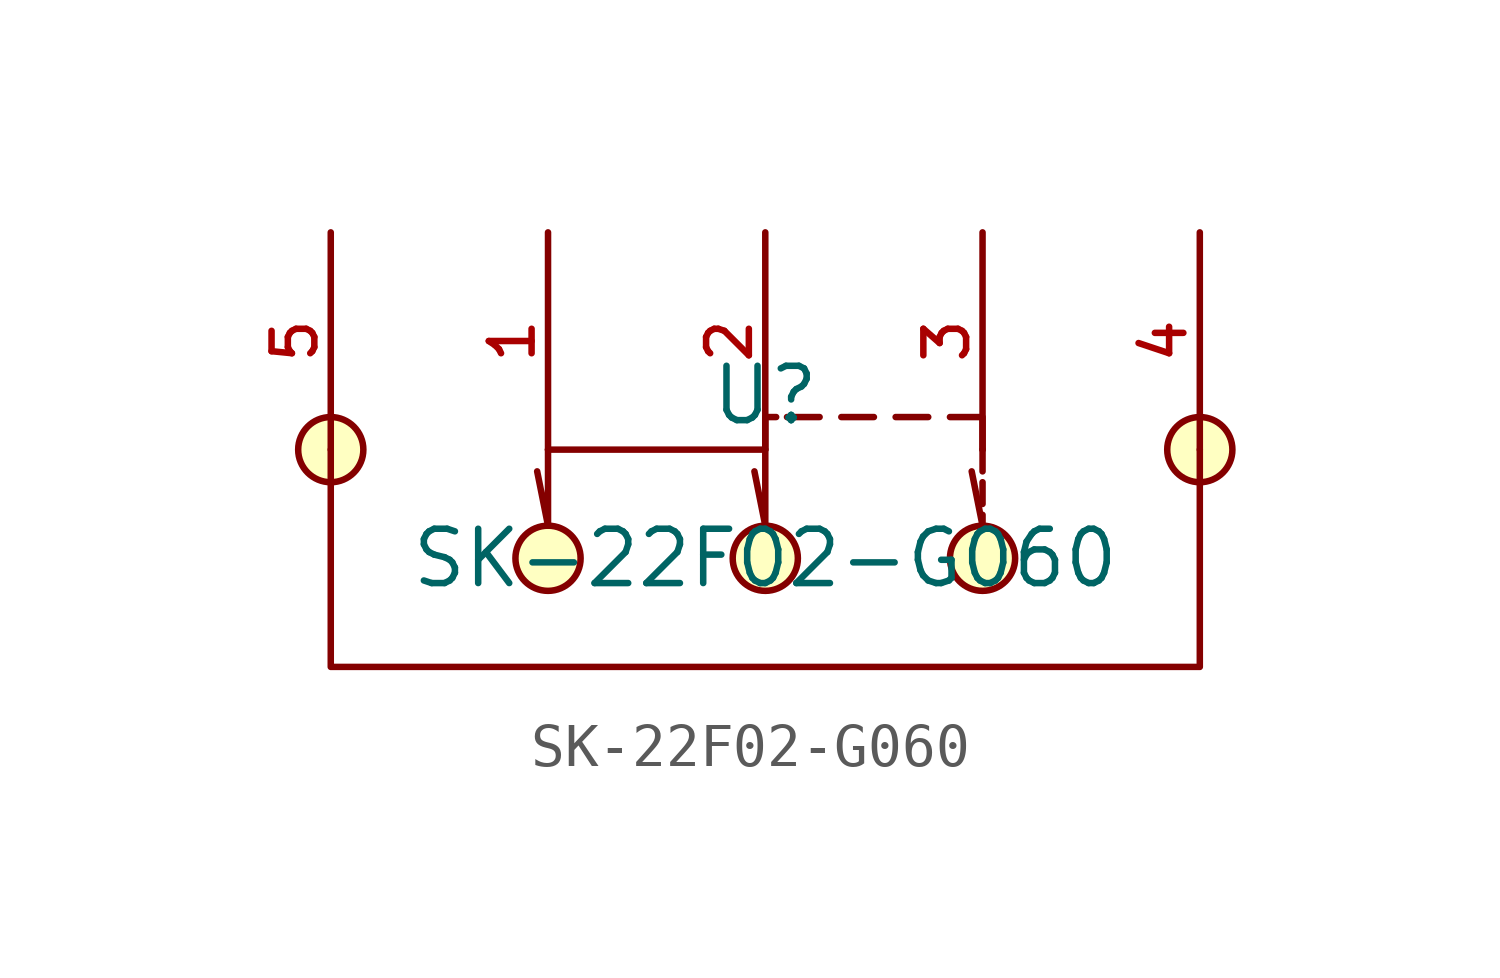
<source format=kicad_sym>
(kicad_symbol_lib
  (version 20210201)
  (generator TousstNicolas/JLC2KiCad_lib)
  (symbol "SK-22F02-G060"
    (pin_names hide)
    (property "Reference" "U"
      (at 0 1.27 0)
      (effects (font (size 1.27 1.27))))
    (property "Value" "SK-22F02-G060"
      (at 0 -2.54 0)
      (effects (font (size 1.27 1.27))))
    (symbol "SK-22F02-G060_0_1"
      (polyline (pts (xy -10.16 -0.0) (xy -10.16 -5.08) (xy 10.16 -5.08) (xy 10.16 -0.0)) (stroke (width 0) (type default) (color 0 0 0 0)) (fill (type none)))
      (circle (center 10.16 -0.0) (radius 0.762) (stroke (width 0) (type default) (color 0 0 0 0)) (fill (type background)))
      (circle (center -10.16 -0.0) (radius 0.762) (stroke (width 0) (type default) (color 0 0 0 0)) (fill (type background)))
      (pin unspecified line (at -10.16 5.08 270) (length 5.08) (name "5" (effects (font (size 1 1)))) (number "5" (effects (font (size 1 1)))))
      (pin unspecified line (at 10.16 5.08 270) (length 5.08) (name "4" (effects (font (size 1 1)))) (number "4" (effects (font (size 1 1)))))
      (polyline (pts (xy 0.254 0.762) (xy 0.0 0.762) (xy 0.0 -0.0)) (stroke (width 0) (type default) (color 0 0 0 0)) (fill (type none)))
      (polyline (pts (xy 1.27 0.762) (xy 0.508 0.762)) (stroke (width 0) (type default) (color 0 0 0 0)) (fill (type none)))
      (polyline (pts (xy 2.54 0.762) (xy 1.778 0.762)) (stroke (width 0) (type default) (color 0 0 0 0)) (fill (type none)))
      (polyline (pts (xy 3.81 0.762) (xy 3.048 0.762)) (stroke (width 0) (type default) (color 0 0 0 0)) (fill (type none)))
      (polyline (pts (xy 5.08 -0.0) (xy 5.08 0.762) (xy 4.318 0.762)) (stroke (width 0) (type default) (color 0 0 0 0)) (fill (type none)))
      (polyline (pts (xy 5.08 -1.524) (xy 5.08 -1.778) (xy 4.826 -0.508)) (stroke (width 0) (type default) (color 0 0 0 0)) (fill (type none)))
      (polyline (pts (xy 5.08 -0.762) (xy 5.08 -1.27)) (stroke (width 0) (type default) (color 0 0 0 0)) (fill (type none)))
      (polyline (pts (xy 5.08 -0.0) (xy 5.08 -0.508)) (stroke (width 0) (type default) (color 0 0 0 0)) (fill (type none)))
      (polyline (pts (xy -5.08 -0.0) (xy 0.0 -0.0) (xy 0.0 -1.778) (xy -0.254 -0.508)) (stroke (width 0) (type default) (color 0 0 0 0)) (fill (type none)))
      (polyline (pts (xy -5.08 -0.0) (xy -5.08 -1.778) (xy -5.334 -0.508)) (stroke (width 0) (type default) (color 0 0 0 0)) (fill (type none)))
      (pin unspecified line (at 5.08 5.08 270) (length 5.08) (name "3" (effects (font (size 1 1)))) (number "3" (effects (font (size 1 1)))))
      (pin unspecified line (at 0.0 5.08 270) (length 5.08) (name "2" (effects (font (size 1 1)))) (number "2" (effects (font (size 1 1)))))
      (pin unspecified line (at -5.08 5.08 270) (length 5.08) (name "1" (effects (font (size 1 1)))) (number "1" (effects (font (size 1 1)))))
      (circle (center 5.08 -2.54) (radius 0.762) (stroke (width 0) (type default) (color 0 0 0 0)) (fill (type background)))
      (circle (center 0.0 -2.54) (radius 0.762) (stroke (width 0) (type default) (color 0 0 0 0)) (fill (type background)))
      (circle (center -5.08 -2.54) (radius 0.762) (stroke (width 0) (type default) (color 0 0 0 0)) (fill (type background))))))
</source>
